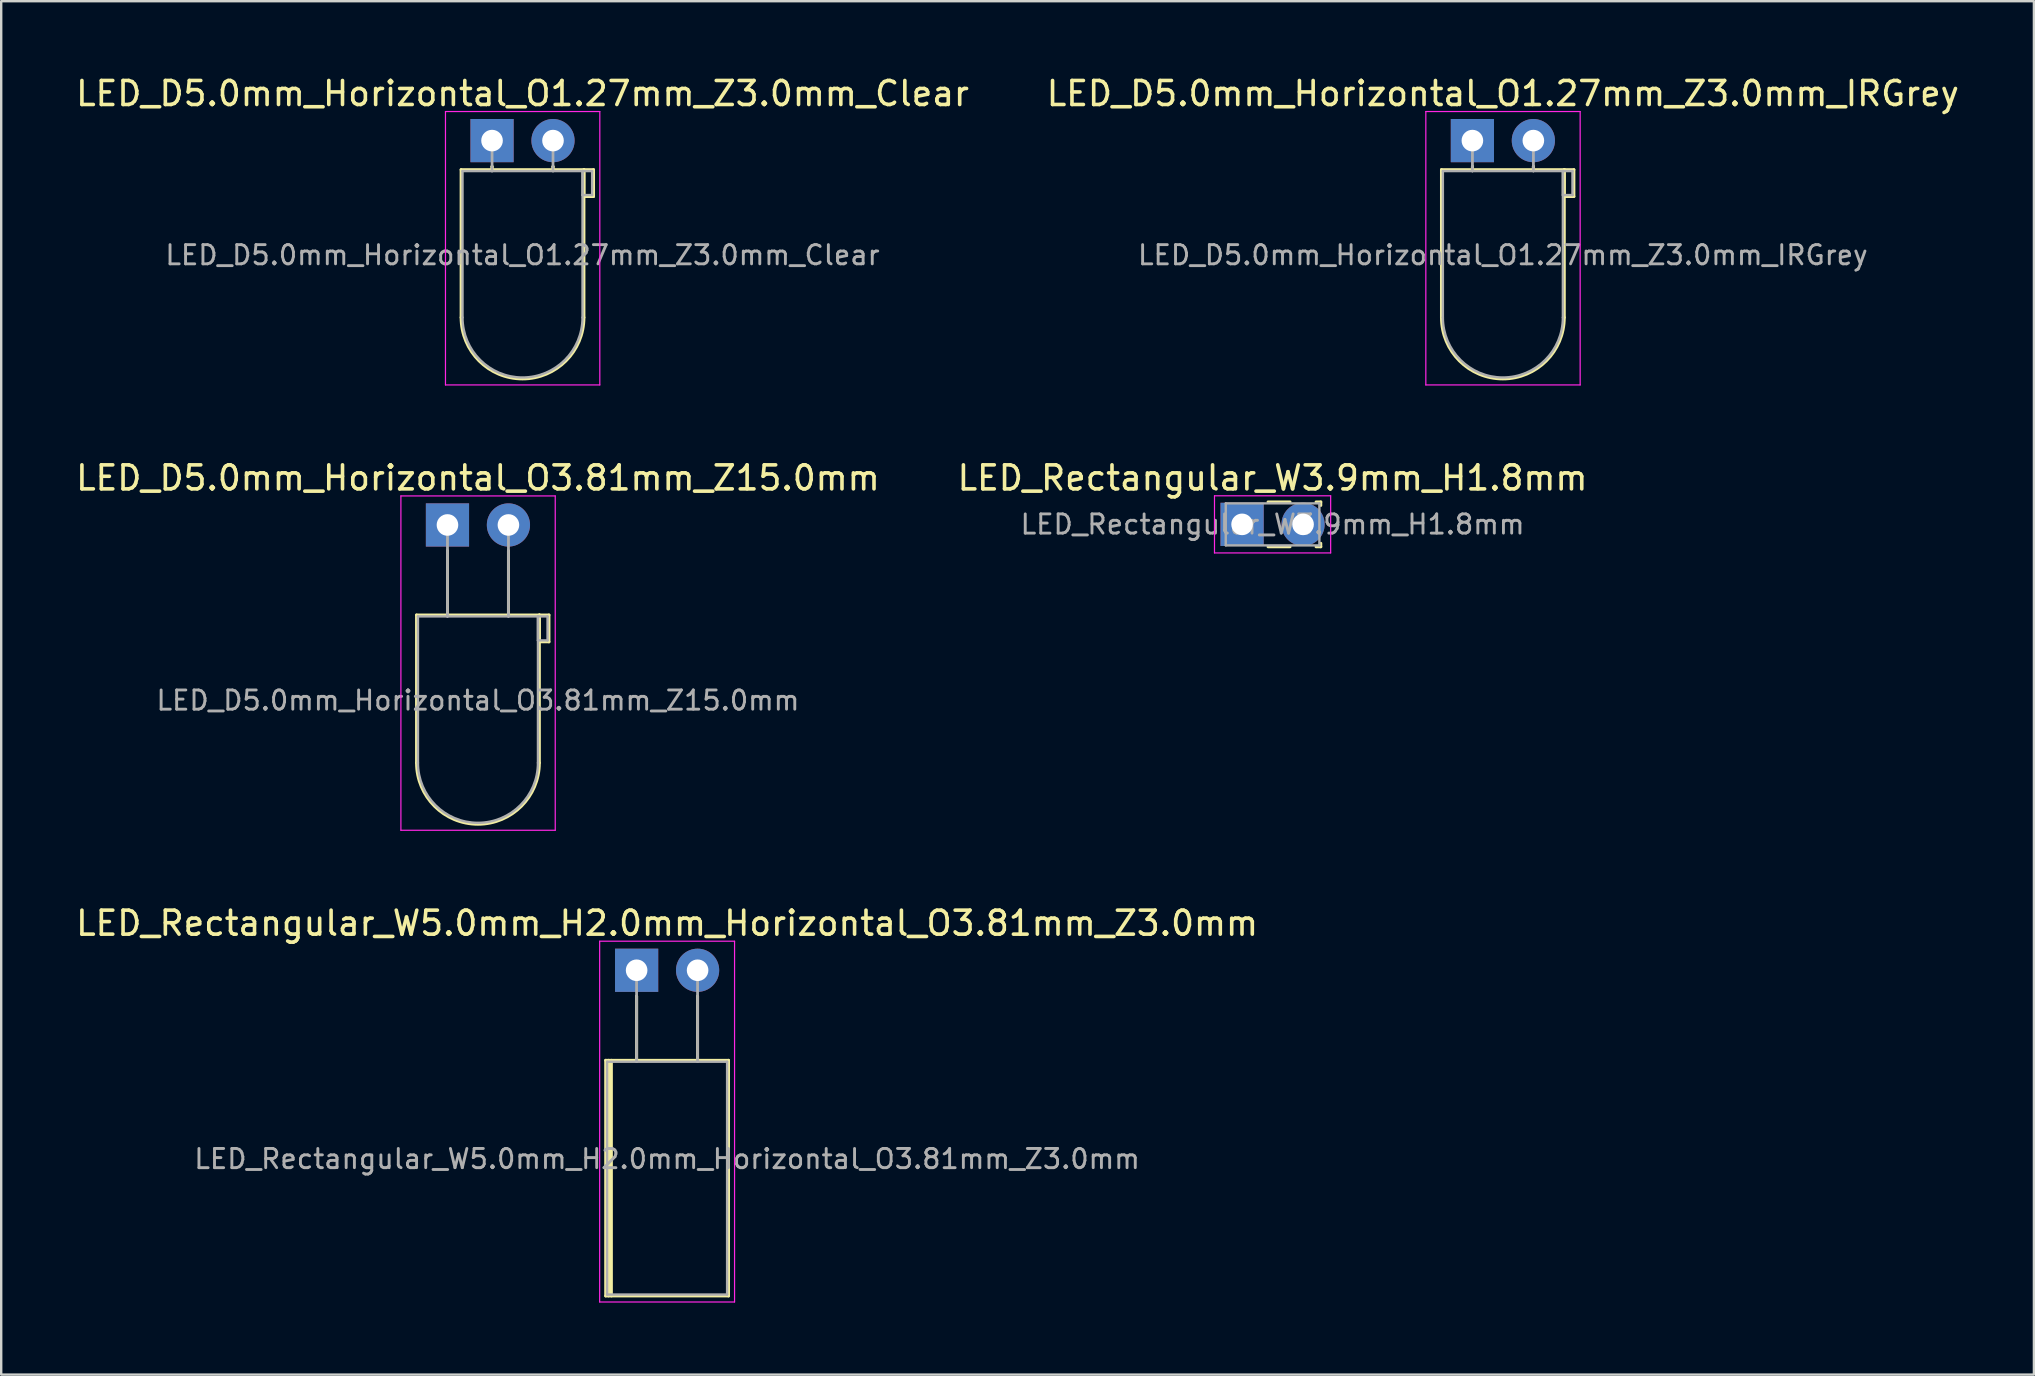
<source format=kicad_pcb>
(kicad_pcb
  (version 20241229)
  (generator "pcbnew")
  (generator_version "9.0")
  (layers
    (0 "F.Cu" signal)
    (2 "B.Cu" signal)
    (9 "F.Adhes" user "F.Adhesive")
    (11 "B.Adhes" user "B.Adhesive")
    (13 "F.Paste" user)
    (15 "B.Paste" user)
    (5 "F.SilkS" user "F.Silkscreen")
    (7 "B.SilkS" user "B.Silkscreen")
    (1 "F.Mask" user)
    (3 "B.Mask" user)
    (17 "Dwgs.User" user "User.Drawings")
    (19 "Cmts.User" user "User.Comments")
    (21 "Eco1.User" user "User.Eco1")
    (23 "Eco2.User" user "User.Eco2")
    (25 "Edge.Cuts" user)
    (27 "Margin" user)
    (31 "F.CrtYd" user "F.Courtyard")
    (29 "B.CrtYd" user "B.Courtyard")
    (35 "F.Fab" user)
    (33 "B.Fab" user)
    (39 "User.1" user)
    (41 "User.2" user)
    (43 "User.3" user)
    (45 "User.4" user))
  (footprint "LED_D5.0mm_Horizontal_O1.27mm_Z3.0mm_IRGrey"
    (layer "F.Cu")
    (at 58.295 2.808)
    (property "Reference" "LED_D5.0mm_Horizontal_O1.27mm_Z3.0mm_IRGrey" (at 1.27 -1.96 0) (layer "F.SilkS") (effects (font (size 1 1) (thickness 0.15))))
    (attr through_hole)
    (fp_line (start -1.29 1.21) (end -1.29 7.37) (stroke (width 0.12) (type solid)) (layer "F.SilkS"))
    (fp_line (start -1.29 1.21) (end 3.83 1.21) (stroke (width 0.12) (type solid)) (layer "F.SilkS"))
    (fp_line (start 0 1.08) (end 0 1.08) (stroke (width 0.12) (type solid)) (layer "F.SilkS"))
    (fp_line (start 0 1.08) (end 0 1.21) (stroke (width 0.12) (type solid)) (layer "F.SilkS"))
    (fp_line (start 0 1.21) (end 0 1.08) (stroke (width 0.12) (type solid)) (layer "F.SilkS"))
    (fp_line (start 0 1.21) (end 0 1.21) (stroke (width 0.12) (type solid)) (layer "F.SilkS"))
    (fp_line (start 2.54 1.08) (end 2.54 1.08) (stroke (width 0.12) (type solid)) (layer "F.SilkS"))
    (fp_line (start 2.54 1.08) (end 2.54 1.21) (stroke (width 0.12) (type solid)) (layer "F.SilkS"))
    (fp_line (start 2.54 1.21) (end 2.54 1.08) (stroke (width 0.12) (type solid)) (layer "F.SilkS"))
    (fp_line (start 2.54 1.21) (end 2.54 1.21) (stroke (width 0.12) (type solid)) (layer "F.SilkS"))
    (fp_line (start 3.83 1.21) (end 3.83 7.37) (stroke (width 0.12) (type solid)) (layer "F.SilkS"))
    (fp_line (start 3.83 1.21) (end 4.23 1.21) (stroke (width 0.12) (type solid)) (layer "F.SilkS"))
    (fp_line (start 3.83 2.33) (end 3.83 1.21) (stroke (width 0.12) (type solid)) (layer "F.SilkS"))
    (fp_line (start 4.23 1.21) (end 4.23 2.33) (stroke (width 0.12) (type solid)) (layer "F.SilkS"))
    (fp_line (start 4.23 2.33) (end 3.83 2.33) (stroke (width 0.12) (type solid)) (layer "F.SilkS"))
    (fp_arc (start 3.83 7.37) (mid 1.27 9.93) (end -1.29 7.37) (stroke (width 0.12) (type solid)) (layer "F.SilkS"))
    (fp_line (start -1.94 -1.21) (end -1.94 10.18) (stroke (width 0.05) (type solid)) (layer "F.CrtYd"))
    (fp_line (start -1.94 10.18) (end 4.49 10.18) (stroke (width 0.05) (type solid)) (layer "F.CrtYd"))
    (fp_line (start 4.49 -1.21) (end -1.94 -1.21) (stroke (width 0.05) (type solid)) (layer "F.CrtYd"))
    (fp_line (start 4.49 10.18) (end 4.49 -1.21) (stroke (width 0.05) (type solid)) (layer "F.CrtYd"))
    (fp_line (start -1.23 1.27) (end -1.23 7.37) (stroke (width 0.1) (type solid)) (layer "F.Fab"))
    (fp_line (start -1.23 1.27) (end 3.77 1.27) (stroke (width 0.1) (type solid)) (layer "F.Fab"))
    (fp_line (start 0 0) (end 0 0) (stroke (width 0.1) (type solid)) (layer "F.Fab"))
    (fp_line (start 0 0) (end 0 1.27) (stroke (width 0.1) (type solid)) (layer "F.Fab"))
    (fp_line (start 0 1.27) (end 0 0) (stroke (width 0.1) (type solid)) (layer "F.Fab"))
    (fp_line (start 0 1.27) (end 0 1.27) (stroke (width 0.1) (type solid)) (layer "F.Fab"))
    (fp_line (start 2.54 0) (end 2.54 0) (stroke (width 0.1) (type solid)) (layer "F.Fab"))
    (fp_line (start 2.54 0) (end 2.54 1.27) (stroke (width 0.1) (type solid)) (layer "F.Fab"))
    (fp_line (start 2.54 1.27) (end 2.54 0) (stroke (width 0.1) (type solid)) (layer "F.Fab"))
    (fp_line (start 2.54 1.27) (end 2.54 1.27) (stroke (width 0.1) (type solid)) (layer "F.Fab"))
    (fp_line (start 3.77 1.27) (end 3.77 7.37) (stroke (width 0.1) (type solid)) (layer "F.Fab"))
    (fp_line (start 3.77 1.27) (end 4.17 1.27) (stroke (width 0.1) (type solid)) (layer "F.Fab"))
    (fp_line (start 3.77 2.27) (end 3.77 1.27) (stroke (width 0.1) (type solid)) (layer "F.Fab"))
    (fp_line (start 4.17 1.27) (end 4.17 2.27) (stroke (width 0.1) (type solid)) (layer "F.Fab"))
    (fp_line (start 4.17 2.27) (end 3.77 2.27) (stroke (width 0.1) (type solid)) (layer "F.Fab"))
    (fp_arc (start 3.77 7.37) (mid 1.27 9.87) (end -1.23 7.37) (stroke (width 0.1) (type solid)) (layer "F.Fab"))
    (fp_text user "${REFERENCE}" (at 1.27 4.77 0) (layer "F.Fab") (effects (font (size 0.8 0.8) (thickness 0.12))))
    (pad "1" thru_hole rect (at 0 0) (size 1.8 1.8) (drill 0.9) (layers "*.Cu" "*.Mask"))
    (pad "2" thru_hole circle (at 2.54 0) (size 1.8 1.8) (drill 0.9) (layers "*.Cu" "*.Mask")))
  (footprint "LED_Rectangular_W5.0mm_H2.0mm_Horizontal_O3.81mm_Z3.0mm"
    (layer "F.Cu")
    (at 23.474 37.375)
    (property "Reference" "LED_Rectangular_W5.0mm_H2.0mm_Horizontal_O3.81mm_Z3.0mm" (at 1.27 -1.96 0) (layer "F.SilkS") (effects (font (size 1 1) (thickness 0.15))))
    (attr through_hole)
    (fp_line (start -1.29 3.75) (end -1.29 13.57) (stroke (width 0.12) (type solid)) (layer "F.SilkS"))
    (fp_line (start -1.29 13.57) (end 3.83 13.57) (stroke (width 0.12) (type solid)) (layer "F.SilkS"))
    (fp_line (start -1.17 3.75) (end -1.17 13.57) (stroke (width 0.12) (type solid)) (layer "F.SilkS"))
    (fp_line (start -1.05 3.75) (end -1.05 13.57) (stroke (width 0.12) (type solid)) (layer "F.SilkS"))
    (fp_line (start 0 1.08) (end 0 1.08) (stroke (width 0.12) (type solid)) (layer "F.SilkS"))
    (fp_line (start 0 1.08) (end 0 3.75) (stroke (width 0.12) (type solid)) (layer "F.SilkS"))
    (fp_line (start 0 3.75) (end 0 1.08) (stroke (width 0.12) (type solid)) (layer "F.SilkS"))
    (fp_line (start 0 3.75) (end 0 3.75) (stroke (width 0.12) (type solid)) (layer "F.SilkS"))
    (fp_line (start 2.54 1.08) (end 2.54 1.08) (stroke (width 0.12) (type solid)) (layer "F.SilkS"))
    (fp_line (start 2.54 1.08) (end 2.54 3.75) (stroke (width 0.12) (type solid)) (layer "F.SilkS"))
    (fp_line (start 2.54 3.75) (end 2.54 1.08) (stroke (width 0.12) (type solid)) (layer "F.SilkS"))
    (fp_line (start 2.54 3.75) (end 2.54 3.75) (stroke (width 0.12) (type solid)) (layer "F.SilkS"))
    (fp_line (start 3.83 3.75) (end -1.29 3.75) (stroke (width 0.12) (type solid)) (layer "F.SilkS"))
    (fp_line (start 3.83 13.57) (end 3.83 3.75) (stroke (width 0.12) (type solid)) (layer "F.SilkS"))
    (fp_line (start -1.54 -1.21) (end -1.54 13.82) (stroke (width 0.05) (type solid)) (layer "F.CrtYd"))
    (fp_line (start -1.54 13.82) (end 4.08 13.82) (stroke (width 0.05) (type solid)) (layer "F.CrtYd"))
    (fp_line (start 4.08 -1.21) (end -1.54 -1.21) (stroke (width 0.05) (type solid)) (layer "F.CrtYd"))
    (fp_line (start 4.08 13.82) (end 4.08 -1.21) (stroke (width 0.05) (type solid)) (layer "F.CrtYd"))
    (fp_line (start -1.23 3.81) (end -1.23 13.51) (stroke (width 0.1) (type solid)) (layer "F.Fab"))
    (fp_line (start -1.23 13.51) (end 3.77 13.51) (stroke (width 0.1) (type solid)) (layer "F.Fab"))
    (fp_line (start 0 0) (end 0 0) (stroke (width 0.1) (type solid)) (layer "F.Fab"))
    (fp_line (start 0 0) (end 0 3.81) (stroke (width 0.1) (type solid)) (layer "F.Fab"))
    (fp_line (start 0 3.81) (end 0 0) (stroke (width 0.1) (type solid)) (layer "F.Fab"))
    (fp_line (start 0 3.81) (end 0 3.81) (stroke (width 0.1) (type solid)) (layer "F.Fab"))
    (fp_line (start 2.54 0) (end 2.54 0) (stroke (width 0.1) (type solid)) (layer "F.Fab"))
    (fp_line (start 2.54 0) (end 2.54 3.81) (stroke (width 0.1) (type solid)) (layer "F.Fab"))
    (fp_line (start 2.54 3.81) (end 2.54 0) (stroke (width 0.1) (type solid)) (layer "F.Fab"))
    (fp_line (start 2.54 3.81) (end 2.54 3.81) (stroke (width 0.1) (type solid)) (layer "F.Fab"))
    (fp_line (start 3.77 3.81) (end -1.23 3.81) (stroke (width 0.1) (type solid)) (layer "F.Fab"))
    (fp_line (start 3.77 13.51) (end 3.77 3.81) (stroke (width 0.1) (type solid)) (layer "F.Fab"))
    (fp_text user "${REFERENCE}" (at 1.27 7.86 0) (layer "F.Fab") (effects (font (size 0.8 0.8) (thickness 0.12))))
    (pad "1" thru_hole rect (at 0 0) (size 1.8 1.8) (drill 0.9) (layers "*.Cu" "*.Mask"))
    (pad "2" thru_hole circle (at 2.54 0) (size 1.8 1.8) (drill 0.9) (layers "*.Cu" "*.Mask")))
  (footprint "LED_D5.0mm_Horizontal_O1.27mm_Z3.0mm_Clear"
    (layer "F.Cu")
    (at 17.45 2.808)
    (property "Reference" "LED_D5.0mm_Horizontal_O1.27mm_Z3.0mm_Clear" (at 1.27 -1.96 0) (layer "F.SilkS") (effects (font (size 1 1) (thickness 0.15))))
    (attr through_hole)
    (fp_line (start -1.29 1.21) (end -1.29 7.37) (stroke (width 0.12) (type solid)) (layer "F.SilkS"))
    (fp_line (start -1.29 1.21) (end 3.83 1.21) (stroke (width 0.12) (type solid)) (layer "F.SilkS"))
    (fp_line (start 0 1.08) (end 0 1.08) (stroke (width 0.12) (type solid)) (layer "F.SilkS"))
    (fp_line (start 0 1.08) (end 0 1.21) (stroke (width 0.12) (type solid)) (layer "F.SilkS"))
    (fp_line (start 0 1.21) (end 0 1.08) (stroke (width 0.12) (type solid)) (layer "F.SilkS"))
    (fp_line (start 0 1.21) (end 0 1.21) (stroke (width 0.12) (type solid)) (layer "F.SilkS"))
    (fp_line (start 2.54 1.08) (end 2.54 1.08) (stroke (width 0.12) (type solid)) (layer "F.SilkS"))
    (fp_line (start 2.54 1.08) (end 2.54 1.21) (stroke (width 0.12) (type solid)) (layer "F.SilkS"))
    (fp_line (start 2.54 1.21) (end 2.54 1.08) (stroke (width 0.12) (type solid)) (layer "F.SilkS"))
    (fp_line (start 2.54 1.21) (end 2.54 1.21) (stroke (width 0.12) (type solid)) (layer "F.SilkS"))
    (fp_line (start 3.83 1.21) (end 3.83 7.37) (stroke (width 0.12) (type solid)) (layer "F.SilkS"))
    (fp_line (start 3.83 1.21) (end 4.23 1.21) (stroke (width 0.12) (type solid)) (layer "F.SilkS"))
    (fp_line (start 3.83 2.33) (end 3.83 1.21) (stroke (width 0.12) (type solid)) (layer "F.SilkS"))
    (fp_line (start 4.23 1.21) (end 4.23 2.33) (stroke (width 0.12) (type solid)) (layer "F.SilkS"))
    (fp_line (start 4.23 2.33) (end 3.83 2.33) (stroke (width 0.12) (type solid)) (layer "F.SilkS"))
    (fp_arc (start 3.83 7.37) (mid 1.27 9.93) (end -1.29 7.37) (stroke (width 0.12) (type solid)) (layer "F.SilkS"))
    (fp_line (start -1.94 -1.21) (end -1.94 10.18) (stroke (width 0.05) (type solid)) (layer "F.CrtYd"))
    (fp_line (start -1.94 10.18) (end 4.49 10.18) (stroke (width 0.05) (type solid)) (layer "F.CrtYd"))
    (fp_line (start 4.49 -1.21) (end -1.94 -1.21) (stroke (width 0.05) (type solid)) (layer "F.CrtYd"))
    (fp_line (start 4.49 10.18) (end 4.49 -1.21) (stroke (width 0.05) (type solid)) (layer "F.CrtYd"))
    (fp_line (start -1.23 1.27) (end -1.23 7.37) (stroke (width 0.1) (type solid)) (layer "F.Fab"))
    (fp_line (start -1.23 1.27) (end 3.77 1.27) (stroke (width 0.1) (type solid)) (layer "F.Fab"))
    (fp_line (start 0 0) (end 0 0) (stroke (width 0.1) (type solid)) (layer "F.Fab"))
    (fp_line (start 0 0) (end 0 1.27) (stroke (width 0.1) (type solid)) (layer "F.Fab"))
    (fp_line (start 0 1.27) (end 0 0) (stroke (width 0.1) (type solid)) (layer "F.Fab"))
    (fp_line (start 0 1.27) (end 0 1.27) (stroke (width 0.1) (type solid)) (layer "F.Fab"))
    (fp_line (start 2.54 0) (end 2.54 0) (stroke (width 0.1) (type solid)) (layer "F.Fab"))
    (fp_line (start 2.54 0) (end 2.54 1.27) (stroke (width 0.1) (type solid)) (layer "F.Fab"))
    (fp_line (start 2.54 1.27) (end 2.54 0) (stroke (width 0.1) (type solid)) (layer "F.Fab"))
    (fp_line (start 2.54 1.27) (end 2.54 1.27) (stroke (width 0.1) (type solid)) (layer "F.Fab"))
    (fp_line (start 3.77 1.27) (end 3.77 7.37) (stroke (width 0.1) (type solid)) (layer "F.Fab"))
    (fp_line (start 3.77 1.27) (end 4.17 1.27) (stroke (width 0.1) (type solid)) (layer "F.Fab"))
    (fp_line (start 3.77 2.27) (end 3.77 1.27) (stroke (width 0.1) (type solid)) (layer "F.Fab"))
    (fp_line (start 4.17 1.27) (end 4.17 2.27) (stroke (width 0.1) (type solid)) (layer "F.Fab"))
    (fp_line (start 4.17 2.27) (end 3.77 2.27) (stroke (width 0.1) (type solid)) (layer "F.Fab"))
    (fp_arc (start 3.77 7.37) (mid 1.27 9.87) (end -1.23 7.37) (stroke (width 0.1) (type solid)) (layer "F.Fab"))
    (fp_text user "${REFERENCE}" (at 1.27 4.77 0) (layer "F.Fab") (effects (font (size 0.8 0.8) (thickness 0.12))))
    (pad "1" thru_hole rect (at 0 0) (size 1.8 1.8) (drill 0.9) (layers "*.Cu" "*.Mask"))
    (pad "2" thru_hole circle (at 2.54 0) (size 1.8 1.8) (drill 0.9) (layers "*.Cu" "*.Mask")))
  (footprint "LED_D5.0mm_Horizontal_O3.81mm_Z15.0mm"
    (layer "F.Cu")
    (at 15.593 18.822)
    (property "Reference" "LED_D5.0mm_Horizontal_O3.81mm_Z15.0mm" (at 1.27 -1.96 0) (layer "F.SilkS") (effects (font (size 1 1) (thickness 0.15))))
    (attr through_hole)
    (fp_line (start -1.29 3.75) (end -1.29 9.91) (stroke (width 0.12) (type solid)) (layer "F.SilkS"))
    (fp_line (start -1.29 3.75) (end 3.83 3.75) (stroke (width 0.12) (type solid)) (layer "F.SilkS"))
    (fp_line (start 0 1.08) (end 0 1.08) (stroke (width 0.12) (type solid)) (layer "F.SilkS"))
    (fp_line (start 0 1.08) (end 0 3.75) (stroke (width 0.12) (type solid)) (layer "F.SilkS"))
    (fp_line (start 0 3.75) (end 0 1.08) (stroke (width 0.12) (type solid)) (layer "F.SilkS"))
    (fp_line (start 0 3.75) (end 0 3.75) (stroke (width 0.12) (type solid)) (layer "F.SilkS"))
    (fp_line (start 2.54 1.08) (end 2.54 1.08) (stroke (width 0.12) (type solid)) (layer "F.SilkS"))
    (fp_line (start 2.54 1.08) (end 2.54 3.75) (stroke (width 0.12) (type solid)) (layer "F.SilkS"))
    (fp_line (start 2.54 3.75) (end 2.54 1.08) (stroke (width 0.12) (type solid)) (layer "F.SilkS"))
    (fp_line (start 2.54 3.75) (end 2.54 3.75) (stroke (width 0.12) (type solid)) (layer "F.SilkS"))
    (fp_line (start 3.83 3.75) (end 3.83 9.91) (stroke (width 0.12) (type solid)) (layer "F.SilkS"))
    (fp_line (start 3.83 3.75) (end 4.23 3.75) (stroke (width 0.12) (type solid)) (layer "F.SilkS"))
    (fp_line (start 3.83 4.87) (end 3.83 3.75) (stroke (width 0.12) (type solid)) (layer "F.SilkS"))
    (fp_line (start 4.23 3.75) (end 4.23 4.87) (stroke (width 0.12) (type solid)) (layer "F.SilkS"))
    (fp_line (start 4.23 4.87) (end 3.83 4.87) (stroke (width 0.12) (type solid)) (layer "F.SilkS"))
    (fp_arc (start 3.83 9.91) (mid 1.27 12.47) (end -1.29 9.91) (stroke (width 0.12) (type solid)) (layer "F.SilkS"))
    (fp_line (start -1.94 -1.21) (end -1.94 12.72) (stroke (width 0.05) (type solid)) (layer "F.CrtYd"))
    (fp_line (start -1.94 12.72) (end 4.49 12.72) (stroke (width 0.05) (type solid)) (layer "F.CrtYd"))
    (fp_line (start 4.49 -1.21) (end -1.94 -1.21) (stroke (width 0.05) (type solid)) (layer "F.CrtYd"))
    (fp_line (start 4.49 12.72) (end 4.49 -1.21) (stroke (width 0.05) (type solid)) (layer "F.CrtYd"))
    (fp_line (start -1.23 3.81) (end -1.23 9.91) (stroke (width 0.1) (type solid)) (layer "F.Fab"))
    (fp_line (start -1.23 3.81) (end 3.77 3.81) (stroke (width 0.1) (type solid)) (layer "F.Fab"))
    (fp_line (start 0 0) (end 0 0) (stroke (width 0.1) (type solid)) (layer "F.Fab"))
    (fp_line (start 0 0) (end 0 3.81) (stroke (width 0.1) (type solid)) (layer "F.Fab"))
    (fp_line (start 0 3.81) (end 0 0) (stroke (width 0.1) (type solid)) (layer "F.Fab"))
    (fp_line (start 0 3.81) (end 0 3.81) (stroke (width 0.1) (type solid)) (layer "F.Fab"))
    (fp_line (start 2.54 0) (end 2.54 0) (stroke (width 0.1) (type solid)) (layer "F.Fab"))
    (fp_line (start 2.54 0) (end 2.54 3.81) (stroke (width 0.1) (type solid)) (layer "F.Fab"))
    (fp_line (start 2.54 3.81) (end 2.54 0) (stroke (width 0.1) (type solid)) (layer "F.Fab"))
    (fp_line (start 2.54 3.81) (end 2.54 3.81) (stroke (width 0.1) (type solid)) (layer "F.Fab"))
    (fp_line (start 3.77 3.81) (end 3.77 9.91) (stroke (width 0.1) (type solid)) (layer "F.Fab"))
    (fp_line (start 3.77 3.81) (end 4.17 3.81) (stroke (width 0.1) (type solid)) (layer "F.Fab"))
    (fp_line (start 3.77 4.81) (end 3.77 3.81) (stroke (width 0.1) (type solid)) (layer "F.Fab"))
    (fp_line (start 4.17 3.81) (end 4.17 4.81) (stroke (width 0.1) (type solid)) (layer "F.Fab"))
    (fp_line (start 4.17 4.81) (end 3.77 4.81) (stroke (width 0.1) (type solid)) (layer "F.Fab"))
    (fp_arc (start 3.77 9.91) (mid 1.27 12.41) (end -1.23 9.91) (stroke (width 0.1) (type solid)) (layer "F.Fab"))
    (fp_text user "${REFERENCE}" (at 1.27 7.31 0) (layer "F.Fab") (effects (font (size 0.8 0.8) (thickness 0.12))))
    (pad "1" thru_hole rect (at 0 0) (size 1.8 1.8) (drill 0.9) (layers "*.Cu" "*.Mask"))
    (pad "2" thru_hole circle (at 2.54 0) (size 1.8 1.8) (drill 0.9) (layers "*.Cu" "*.Mask")))
  (footprint "LED_Rectangular_W3.9mm_H1.8mm"
    (layer "F.Cu")
    (at 48.7 18.797)
    (property "Reference" "LED_Rectangular_W3.9mm_H1.8mm" (at 1.27 -1.935 0) (layer "F.SilkS") (effects (font (size 1 1) (thickness 0.15))))
    (attr through_hole)
    (fp_line (start 1.08 -0.935) (end 1.999 -0.935) (stroke (width 0.12) (type solid)) (layer "F.SilkS"))
    (fp_line (start 1.08 0.935) (end 1.999 0.935) (stroke (width 0.12) (type solid)) (layer "F.SilkS"))
    (fp_line (start 3.081 -0.935) (end 3.28 -0.935) (stroke (width 0.12) (type solid)) (layer "F.SilkS"))
    (fp_line (start 3.081 0.935) (end 3.28 0.935) (stroke (width 0.12) (type solid)) (layer "F.SilkS"))
    (fp_line (start 3.28 -0.935) (end 3.28 -0.787) (stroke (width 0.12) (type solid)) (layer "F.SilkS"))
    (fp_line (start 3.28 0.787) (end 3.28 0.935) (stroke (width 0.12) (type solid)) (layer "F.SilkS"))
    (fp_line (start -1.15 -1.19) (end -1.15 1.19) (stroke (width 0.05) (type solid)) (layer "F.CrtYd"))
    (fp_line (start -1.15 1.19) (end 3.69 1.19) (stroke (width 0.05) (type solid)) (layer "F.CrtYd"))
    (fp_line (start 3.69 -1.19) (end -1.15 -1.19) (stroke (width 0.05) (type solid)) (layer "F.CrtYd"))
    (fp_line (start 3.69 1.19) (end 3.69 -1.19) (stroke (width 0.05) (type solid)) (layer "F.CrtYd"))
    (fp_line (start -0.68 -0.875) (end -0.68 0.875) (stroke (width 0.1) (type solid)) (layer "F.Fab"))
    (fp_line (start -0.68 0.875) (end 3.22 0.875) (stroke (width 0.1) (type solid)) (layer "F.Fab"))
    (fp_line (start 3.22 -0.875) (end -0.68 -0.875) (stroke (width 0.1) (type solid)) (layer "F.Fab"))
    (fp_line (start 3.22 0.875) (end 3.22 -0.875) (stroke (width 0.1) (type solid)) (layer "F.Fab"))
    (fp_text user "${REFERENCE}" (at 1.27 0 0) (layer "F.Fab") (effects (font (size 0.8 0.8) (thickness 0.12))))
    (pad "1" thru_hole rect (at 0 0) (size 1.8 1.8) (drill 0.9) (layers "*.Cu" "*.Mask"))
    (pad "2" thru_hole circle (at 2.54 0) (size 1.8 1.8) (drill 0.9) (layers "*.Cu" "*.Mask")))
  (gr_rect
    (start -3 -3)
    (end 81.69 54.22)
    (stroke (width 0.1) (type default))
    (fill no)
    (layer "Edge.Cuts")))
</source>
